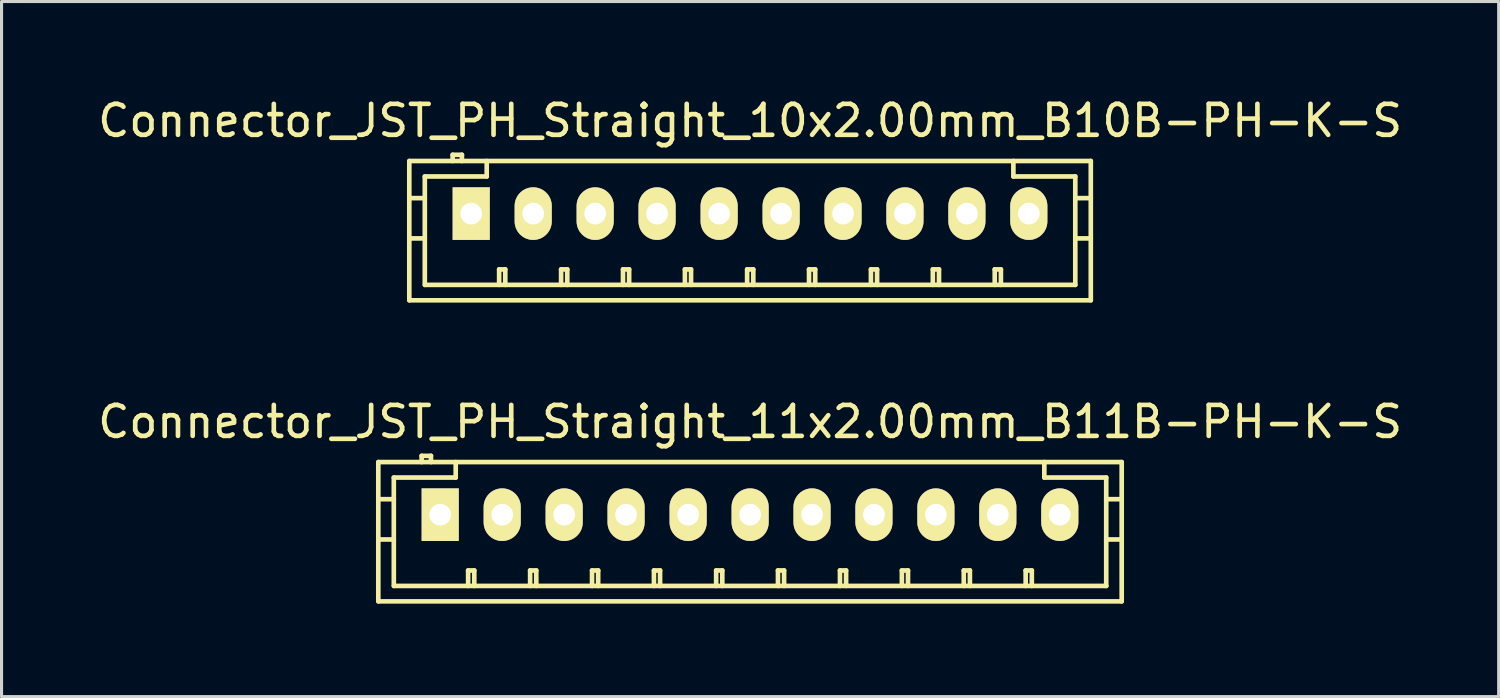
<source format=kicad_pcb>
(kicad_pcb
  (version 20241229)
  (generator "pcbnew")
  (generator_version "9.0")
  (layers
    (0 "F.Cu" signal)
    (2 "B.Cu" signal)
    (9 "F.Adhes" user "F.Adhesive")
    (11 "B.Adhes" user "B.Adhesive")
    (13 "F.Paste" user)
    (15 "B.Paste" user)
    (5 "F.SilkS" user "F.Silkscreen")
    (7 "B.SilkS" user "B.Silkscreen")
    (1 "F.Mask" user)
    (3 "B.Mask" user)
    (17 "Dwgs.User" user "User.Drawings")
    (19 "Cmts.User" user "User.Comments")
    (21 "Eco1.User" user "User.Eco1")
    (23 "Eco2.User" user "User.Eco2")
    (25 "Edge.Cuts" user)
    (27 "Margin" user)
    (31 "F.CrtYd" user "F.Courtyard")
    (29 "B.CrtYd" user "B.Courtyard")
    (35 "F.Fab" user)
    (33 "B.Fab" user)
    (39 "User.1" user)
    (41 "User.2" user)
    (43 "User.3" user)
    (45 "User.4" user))
  (footprint "Connector_JST_PH_Straight_11x2.00mm_B11B-PH-K-S"
    (layer "F.Cu")
    (at 11.173 13.57)
    (property "Reference" "Connector_JST_PH_Straight_11x2.00mm_B11B-PH-K-S" (at 10 -3 0) (layer "F.SilkS") (effects (font (size 1 1) (thickness 0.15))))
    (attr through_hole)
    (fp_line (start -2.007 -1.699) (end -2.007 2.799) (stroke (width 0.15) (type solid)) (layer "F.SilkS"))
    (fp_line (start -1.506 -1.199) (end -1.506 2.301) (stroke (width 0.15) (type solid)) (layer "F.SilkS"))
    (fp_line (start -1.506 -0.5) (end -2.007 -0.5) (stroke (width 0.15) (type solid)) (layer "F.SilkS"))
    (fp_line (start -1.506 0.8) (end -2.007 0.8) (stroke (width 0.15) (type solid)) (layer "F.SilkS"))
    (fp_line (start -1.501 2.301) (end 21.501 2.301) (stroke (width 0.15) (type solid)) (layer "F.SilkS"))
    (fp_line (start -0.607 -1.9) (end -0.607 -1.699) (stroke (width 0.15) (type solid)) (layer "F.SilkS"))
    (fp_line (start -0.307 -1.9) (end -0.607 -1.9) (stroke (width 0.15) (type solid)) (layer "F.SilkS"))
    (fp_line (start -0.307 -1.699) (end -0.307 -1.9) (stroke (width 0.15) (type solid)) (layer "F.SilkS"))
    (fp_line (start 0.493 -1.699) (end 0.493 -1.199) (stroke (width 0.15) (type solid)) (layer "F.SilkS"))
    (fp_line (start 0.493 -1.199) (end -1.506 -1.199) (stroke (width 0.15) (type solid)) (layer "F.SilkS"))
    (fp_line (start 0.894 1.801) (end 1.092 1.801) (stroke (width 0.15) (type solid)) (layer "F.SilkS"))
    (fp_line (start 0.894 2.301) (end 0.894 1.801) (stroke (width 0.15) (type solid)) (layer "F.SilkS"))
    (fp_line (start 1.092 1.801) (end 1.092 2.301) (stroke (width 0.15) (type solid)) (layer "F.SilkS"))
    (fp_line (start 2.896 1.801) (end 3.094 1.801) (stroke (width 0.15) (type solid)) (layer "F.SilkS"))
    (fp_line (start 2.896 2.301) (end 2.896 1.801) (stroke (width 0.15) (type solid)) (layer "F.SilkS"))
    (fp_line (start 3.094 1.801) (end 3.094 2.301) (stroke (width 0.15) (type solid)) (layer "F.SilkS"))
    (fp_line (start 4.895 1.801) (end 5.093 1.801) (stroke (width 0.15) (type solid)) (layer "F.SilkS"))
    (fp_line (start 4.895 2.301) (end 4.895 1.801) (stroke (width 0.15) (type solid)) (layer "F.SilkS"))
    (fp_line (start 5.093 1.801) (end 5.093 2.301) (stroke (width 0.15) (type solid)) (layer "F.SilkS"))
    (fp_line (start 6.894 1.801) (end 7.092 1.801) (stroke (width 0.15) (type solid)) (layer "F.SilkS"))
    (fp_line (start 6.894 2.301) (end 6.894 1.801) (stroke (width 0.15) (type solid)) (layer "F.SilkS"))
    (fp_line (start 7.092 1.801) (end 7.092 2.301) (stroke (width 0.15) (type solid)) (layer "F.SilkS"))
    (fp_line (start 8.903 1.801) (end 9.101 1.801) (stroke (width 0.15) (type solid)) (layer "F.SilkS"))
    (fp_line (start 8.903 2.301) (end 8.903 1.801) (stroke (width 0.15) (type solid)) (layer "F.SilkS"))
    (fp_line (start 9.101 1.801) (end 9.101 2.301) (stroke (width 0.15) (type solid)) (layer "F.SilkS"))
    (fp_line (start 10.899 1.801) (end 11.097 1.801) (stroke (width 0.15) (type solid)) (layer "F.SilkS"))
    (fp_line (start 10.899 2.301) (end 10.899 1.801) (stroke (width 0.15) (type solid)) (layer "F.SilkS"))
    (fp_line (start 11.097 1.801) (end 11.097 2.301) (stroke (width 0.15) (type solid)) (layer "F.SilkS"))
    (fp_line (start 12.901 1.801) (end 13.099 1.801) (stroke (width 0.15) (type solid)) (layer "F.SilkS"))
    (fp_line (start 12.901 2.301) (end 12.901 1.801) (stroke (width 0.15) (type solid)) (layer "F.SilkS"))
    (fp_line (start 13.099 1.801) (end 13.099 2.301) (stroke (width 0.15) (type solid)) (layer "F.SilkS"))
    (fp_line (start 14.9 1.801) (end 15.098 1.801) (stroke (width 0.15) (type solid)) (layer "F.SilkS"))
    (fp_line (start 14.9 2.301) (end 14.9 1.801) (stroke (width 0.15) (type solid)) (layer "F.SilkS"))
    (fp_line (start 15.098 1.801) (end 15.098 2.301) (stroke (width 0.15) (type solid)) (layer "F.SilkS"))
    (fp_line (start 16.899 1.801) (end 17.097 1.801) (stroke (width 0.15) (type solid)) (layer "F.SilkS"))
    (fp_line (start 16.899 2.301) (end 16.899 1.801) (stroke (width 0.15) (type solid)) (layer "F.SilkS"))
    (fp_line (start 17.097 1.801) (end 17.097 2.301) (stroke (width 0.15) (type solid)) (layer "F.SilkS"))
    (fp_line (start 18.898 1.801) (end 19.096 1.801) (stroke (width 0.15) (type solid)) (layer "F.SilkS"))
    (fp_line (start 18.898 2.301) (end 18.898 1.801) (stroke (width 0.15) (type solid)) (layer "F.SilkS"))
    (fp_line (start 19.096 1.801) (end 19.096 2.301) (stroke (width 0.15) (type solid)) (layer "F.SilkS"))
    (fp_line (start 19.5 -1.199) (end 19.5 -1.699) (stroke (width 0.15) (type solid)) (layer "F.SilkS"))
    (fp_line (start 21.499 -1.199) (end 19.5 -1.199) (stroke (width 0.15) (type solid)) (layer "F.SilkS"))
    (fp_line (start 21.499 0.8) (end 21.999 0.8) (stroke (width 0.15) (type solid)) (layer "F.SilkS"))
    (fp_line (start 21.499 2.301) (end 21.499 -1.199) (stroke (width 0.15) (type solid)) (layer "F.SilkS"))
    (fp_line (start 21.999 -1.699) (end -1.999 -1.699) (stroke (width 0.15) (type solid)) (layer "F.SilkS"))
    (fp_line (start 21.999 -1.699) (end 21.999 2.799) (stroke (width 0.15) (type solid)) (layer "F.SilkS"))
    (fp_line (start 21.999 -0.5) (end 21.499 -0.5) (stroke (width 0.15) (type solid)) (layer "F.SilkS"))
    (fp_line (start 21.999 2.799) (end -1.999 2.799) (stroke (width 0.15) (type solid)) (layer "F.SilkS"))
    (pad "1" thru_hole rect (at -0.008 0) (size 1.199 1.699) (drill 0.701) (layers "*.Cu" "*.Mask" "F.SilkS"))
    (pad "2" thru_hole oval (at 1.994 0) (size 1.199 1.699) (drill 0.701) (layers "*.Cu" "*.Mask" "F.SilkS"))
    (pad "3" thru_hole oval (at 3.995 0) (size 1.199 1.699) (drill 0.701) (layers "*.Cu" "*.Mask" "F.SilkS"))
    (pad "4" thru_hole oval (at 5.994 0) (size 1.199 1.699) (drill 0.701) (layers "*.Cu" "*.Mask" "F.SilkS"))
    (pad "5" thru_hole oval (at 7.998 0) (size 1.199 1.699) (drill 0.701) (layers "*.Cu" "*.Mask" "F.SilkS"))
    (pad "6" thru_hole oval (at 10 0) (size 1.199 1.699) (drill 0.701) (layers "*.Cu" "*.Mask" "F.SilkS"))
    (pad "7" thru_hole oval (at 11.999 0) (size 1.199 1.699) (drill 0.701) (layers "*.Cu" "*.Mask" "F.SilkS"))
    (pad "8" thru_hole oval (at 13.998 0) (size 1.199 1.699) (drill 0.701) (layers "*.Cu" "*.Mask" "F.SilkS"))
    (pad "9" thru_hole oval (at 15.999 0) (size 1.199 1.699) (drill 0.701) (layers "*.Cu" "*.Mask" "F.SilkS"))
    (pad "10" thru_hole oval (at 17.998 0) (size 1.199 1.699) (drill 0.701) (layers "*.Cu" "*.Mask" "F.SilkS"))
    (pad "11" thru_hole oval (at 20 0) (size 1.199 1.699) (drill 0.701) (layers "*.Cu" "*.Mask" "F.SilkS")))
  (footprint "Connector_JST_PH_Straight_10x2.00mm_B10B-PH-K-S"
    (layer "F.Cu")
    (at 12.173 3.848)
    (property "Reference" "Connector_JST_PH_Straight_10x2.00mm_B10B-PH-K-S" (at 9 -3 0) (layer "F.SilkS") (effects (font (size 1 1) (thickness 0.15))))
    (attr through_hole)
    (fp_line (start -2.006 -1.699) (end -2.006 2.799) (stroke (width 0.15) (type solid)) (layer "F.SilkS"))
    (fp_line (start -2.001 -1.699) (end 20.001 -1.699) (stroke (width 0.15) (type solid)) (layer "F.SilkS"))
    (fp_line (start -2.001 2.799) (end 20.001 2.799) (stroke (width 0.15) (type solid)) (layer "F.SilkS"))
    (fp_line (start -1.505 -1.199) (end -1.505 2.301) (stroke (width 0.15) (type solid)) (layer "F.SilkS"))
    (fp_line (start -1.505 -0.5) (end -2.006 -0.5) (stroke (width 0.15) (type solid)) (layer "F.SilkS"))
    (fp_line (start -1.505 0.8) (end -2.006 0.8) (stroke (width 0.15) (type solid)) (layer "F.SilkS"))
    (fp_line (start -0.606 -1.9) (end -0.606 -1.699) (stroke (width 0.15) (type solid)) (layer "F.SilkS"))
    (fp_line (start -0.307 -1.9) (end -0.606 -1.9) (stroke (width 0.15) (type solid)) (layer "F.SilkS"))
    (fp_line (start -0.307 -1.699) (end -0.307 -1.9) (stroke (width 0.15) (type solid)) (layer "F.SilkS"))
    (fp_line (start 0.494 -1.699) (end 0.494 -1.199) (stroke (width 0.15) (type solid)) (layer "F.SilkS"))
    (fp_line (start 0.494 -1.199) (end -1.505 -1.199) (stroke (width 0.15) (type solid)) (layer "F.SilkS"))
    (fp_line (start 0.895 1.801) (end 1.093 1.801) (stroke (width 0.15) (type solid)) (layer "F.SilkS"))
    (fp_line (start 0.895 2.301) (end 0.895 1.801) (stroke (width 0.15) (type solid)) (layer "F.SilkS"))
    (fp_line (start 1.093 1.801) (end 1.093 2.301) (stroke (width 0.15) (type solid)) (layer "F.SilkS"))
    (fp_line (start 2.896 1.801) (end 3.095 1.801) (stroke (width 0.15) (type solid)) (layer "F.SilkS"))
    (fp_line (start 2.896 2.301) (end 2.896 1.801) (stroke (width 0.15) (type solid)) (layer "F.SilkS"))
    (fp_line (start 3.095 1.801) (end 3.095 2.301) (stroke (width 0.15) (type solid)) (layer "F.SilkS"))
    (fp_line (start 4.895 1.801) (end 5.093 1.801) (stroke (width 0.15) (type solid)) (layer "F.SilkS"))
    (fp_line (start 4.895 2.301) (end 4.895 1.801) (stroke (width 0.15) (type solid)) (layer "F.SilkS"))
    (fp_line (start 5.093 1.801) (end 5.093 2.301) (stroke (width 0.15) (type solid)) (layer "F.SilkS"))
    (fp_line (start 6.894 1.801) (end 7.092 1.801) (stroke (width 0.15) (type solid)) (layer "F.SilkS"))
    (fp_line (start 6.894 2.301) (end 6.894 1.801) (stroke (width 0.15) (type solid)) (layer "F.SilkS"))
    (fp_line (start 7.092 1.801) (end 7.092 2.301) (stroke (width 0.15) (type solid)) (layer "F.SilkS"))
    (fp_line (start 8.903 1.801) (end 9.102 1.801) (stroke (width 0.15) (type solid)) (layer "F.SilkS"))
    (fp_line (start 8.903 2.301) (end 8.903 1.801) (stroke (width 0.15) (type solid)) (layer "F.SilkS"))
    (fp_line (start 9.102 1.801) (end 9.102 2.301) (stroke (width 0.15) (type solid)) (layer "F.SilkS"))
    (fp_line (start 10.902 1.801) (end 11.101 1.801) (stroke (width 0.15) (type solid)) (layer "F.SilkS"))
    (fp_line (start 10.902 2.301) (end 10.902 1.801) (stroke (width 0.15) (type solid)) (layer "F.SilkS"))
    (fp_line (start 11.101 1.801) (end 11.101 2.301) (stroke (width 0.15) (type solid)) (layer "F.SilkS"))
    (fp_line (start 12.901 1.801) (end 13.1 1.801) (stroke (width 0.15) (type solid)) (layer "F.SilkS"))
    (fp_line (start 12.901 2.301) (end 12.901 1.801) (stroke (width 0.15) (type solid)) (layer "F.SilkS"))
    (fp_line (start 13.1 1.801) (end 13.1 2.301) (stroke (width 0.15) (type solid)) (layer "F.SilkS"))
    (fp_line (start 14.9 1.801) (end 15.099 1.801) (stroke (width 0.15) (type solid)) (layer "F.SilkS"))
    (fp_line (start 14.9 2.301) (end 14.9 1.801) (stroke (width 0.15) (type solid)) (layer "F.SilkS"))
    (fp_line (start 15.099 1.801) (end 15.099 2.301) (stroke (width 0.15) (type solid)) (layer "F.SilkS"))
    (fp_line (start 16.899 1.801) (end 17.098 1.801) (stroke (width 0.15) (type solid)) (layer "F.SilkS"))
    (fp_line (start 16.899 2.301) (end 16.899 1.801) (stroke (width 0.15) (type solid)) (layer "F.SilkS"))
    (fp_line (start 17.098 1.801) (end 17.098 2.301) (stroke (width 0.15) (type solid)) (layer "F.SilkS"))
    (fp_line (start 17.501 -1.199) (end 17.501 -1.699) (stroke (width 0.15) (type solid)) (layer "F.SilkS"))
    (fp_line (start 19.5 -1.199) (end 17.501 -1.199) (stroke (width 0.15) (type solid)) (layer "F.SilkS"))
    (fp_line (start 19.5 0.8) (end 20.001 0.8) (stroke (width 0.15) (type solid)) (layer "F.SilkS"))
    (fp_line (start 19.5 2.301) (end -1.5 2.301) (stroke (width 0.15) (type solid)) (layer "F.SilkS"))
    (fp_line (start 19.5 2.301) (end 19.5 -1.199) (stroke (width 0.15) (type solid)) (layer "F.SilkS"))
    (fp_line (start 20.001 -1.699) (end 20.001 2.799) (stroke (width 0.15) (type solid)) (layer "F.SilkS"))
    (fp_line (start 20.001 -0.5) (end 19.5 -0.5) (stroke (width 0.15) (type solid)) (layer "F.SilkS"))
    (pad "1" thru_hole rect (at -0.007 0) (size 1.199 1.699) (drill 0.701) (layers "*.Cu" "*.Mask" "F.SilkS"))
    (pad "2" thru_hole oval (at 1.995 0) (size 1.199 1.699) (drill 0.701) (layers "*.Cu" "*.Mask" "F.SilkS"))
    (pad "3" thru_hole oval (at 3.996 0) (size 1.199 1.699) (drill 0.701) (layers "*.Cu" "*.Mask" "F.SilkS"))
    (pad "4" thru_hole oval (at 5.995 0) (size 1.199 1.699) (drill 0.701) (layers "*.Cu" "*.Mask" "F.SilkS"))
    (pad "5" thru_hole oval (at 7.999 0) (size 1.199 1.699) (drill 0.701) (layers "*.Cu" "*.Mask" "F.SilkS"))
    (pad "6" thru_hole oval (at 10.001 0) (size 1.199 1.699) (drill 0.701) (layers "*.Cu" "*.Mask" "F.SilkS"))
    (pad "7" thru_hole oval (at 12 0) (size 1.199 1.699) (drill 0.701) (layers "*.Cu" "*.Mask" "F.SilkS"))
    (pad "8" thru_hole oval (at 13.999 0) (size 1.199 1.699) (drill 0.701) (layers "*.Cu" "*.Mask" "F.SilkS"))
    (pad "9" thru_hole oval (at 16 0) (size 1.199 1.699) (drill 0.701) (layers "*.Cu" "*.Mask" "F.SilkS"))
    (pad "10" thru_hole oval (at 17.999 0) (size 1.199 1.699) (drill 0.701) (layers "*.Cu" "*.Mask" "F.SilkS")))
  (gr_rect
    (start -3 -3)
    (end 45.345 19.444)
    (stroke (width 0.1) (type default))
    (fill no)
    (layer "Edge.Cuts")))
</source>
